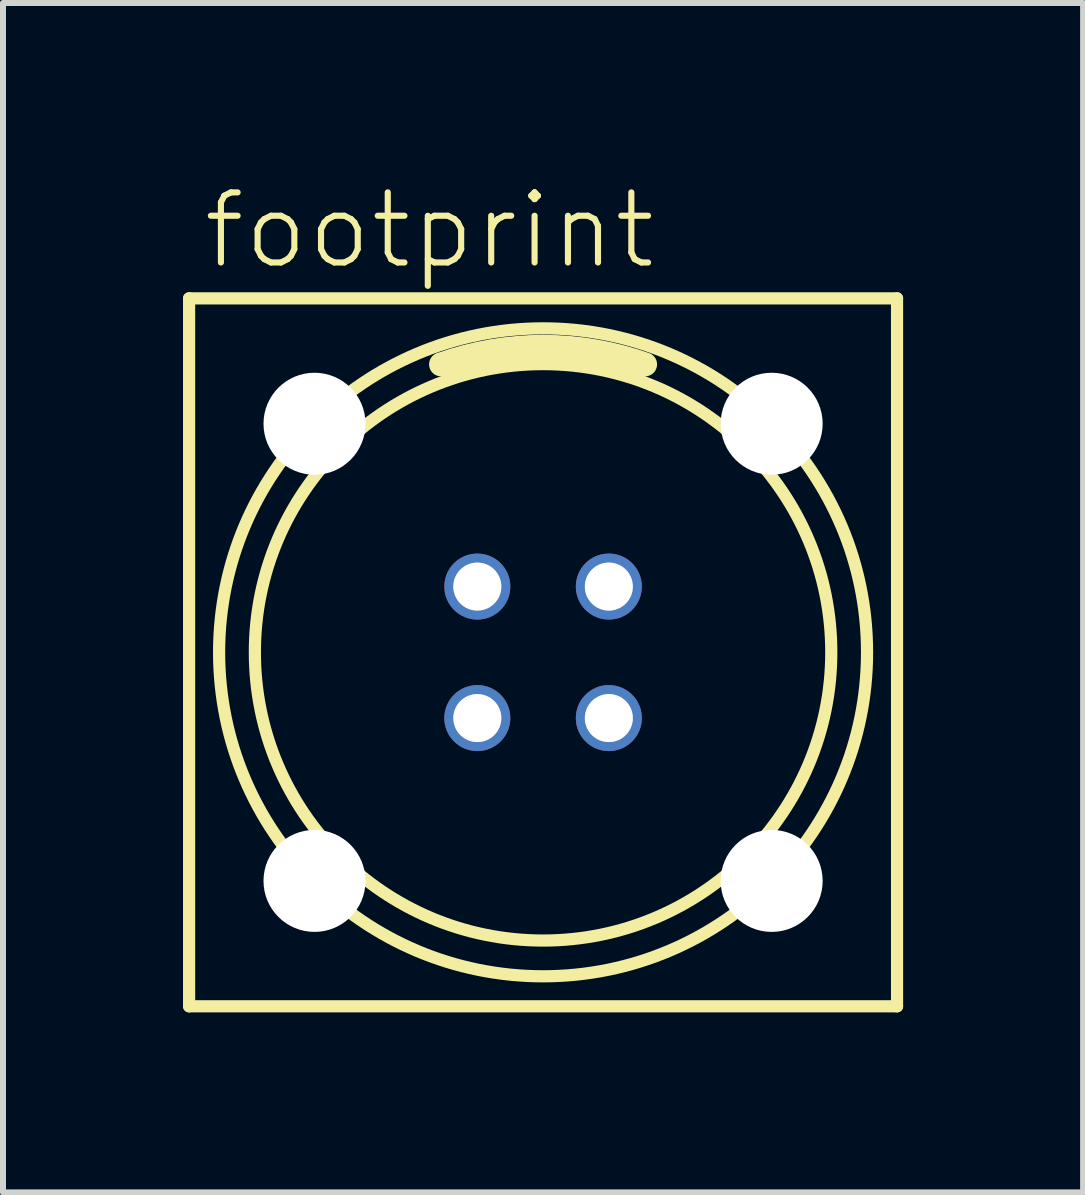
<source format=kicad_pcb>
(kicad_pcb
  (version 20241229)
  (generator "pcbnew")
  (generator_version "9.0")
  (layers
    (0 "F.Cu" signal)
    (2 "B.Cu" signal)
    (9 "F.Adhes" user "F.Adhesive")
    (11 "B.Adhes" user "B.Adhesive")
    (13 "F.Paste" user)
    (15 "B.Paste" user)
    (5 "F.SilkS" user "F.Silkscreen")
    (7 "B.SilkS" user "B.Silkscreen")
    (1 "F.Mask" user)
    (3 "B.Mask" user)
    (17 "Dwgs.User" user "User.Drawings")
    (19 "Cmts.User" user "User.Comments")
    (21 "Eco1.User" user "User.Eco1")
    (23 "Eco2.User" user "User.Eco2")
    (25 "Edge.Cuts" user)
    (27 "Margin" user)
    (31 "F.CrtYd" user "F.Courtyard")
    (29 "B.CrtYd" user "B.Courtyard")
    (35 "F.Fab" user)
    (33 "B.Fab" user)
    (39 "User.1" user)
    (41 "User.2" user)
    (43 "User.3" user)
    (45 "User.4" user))
  (footprint "footprint"
    (layer "F.Cu")
    (at 6.002 7.823)
    (property "Reference" "footprint" (at -5.715 -6.35 0) (layer "F.SilkS") (effects (font (size 1.168 1.168) (thickness 0.102)) (justify left bottom)))
    (fp_line (start -5.9 -5.9) (end 5.9 -5.9) (stroke (width 0.203) (type solid)) (layer "F.SilkS"))
    (fp_line (start -5.9 5.9) (end -5.9 -5.9) (stroke (width 0.203) (type solid)) (layer "F.SilkS"))
    (fp_line (start 5.9 -5.9) (end 5.9 5.9) (stroke (width 0.203) (type solid)) (layer "F.SilkS"))
    (fp_line (start 5.9 5.9) (end -5.9 5.9) (stroke (width 0.203) (type solid)) (layer "F.SilkS"))
    (fp_arc (start -1.7 -4.8) (mid 0 -5.092151) (end 1.7 -4.8) (stroke (width 0.4) (type solid)) (layer "F.SilkS"))
    (fp_circle (center 0 0) (end 4.804 0) (stroke (width 0.203) (type solid)) (fill no) (layer "F.SilkS"))
    (fp_circle (center 0 0) (end 5.4 0) (stroke (width 0.203) (type solid)) (fill no) (layer "F.SilkS"))
    (fp_circle (center -1.096 -1.096) (end -0.798 -1.096) (stroke (width 0.203) (type solid)) (fill no) (layer "F.Fab"))
    (fp_circle (center -1.096 1.096) (end -0.798 1.096) (stroke (width 0.203) (type solid)) (fill no) (layer "F.Fab"))
    (fp_circle (center 1.096 -1.096) (end 1.394 -1.096) (stroke (width 0.203) (type solid)) (fill no) (layer "F.Fab"))
    (fp_circle (center 1.096 1.096) (end 1.394 1.096) (stroke (width 0.203) (type solid)) (fill no) (layer "F.Fab"))
    (pad "" np_thru_hole circle (at -3.81 -3.81) (size 1.7 1.7) (drill 1.7) (layers "*.Cu" "*.Mask"))
    (pad "" np_thru_hole circle (at -3.81 3.81) (size 1.7 1.7) (drill 1.7) (layers "*.Cu" "*.Mask"))
    (pad "" np_thru_hole circle (at 3.81 -3.81) (size 1.7 1.7) (drill 1.7) (layers "*.Cu" "*.Mask"))
    (pad "" np_thru_hole circle (at 3.81 3.81) (size 1.7 1.7) (drill 1.7) (layers "*.Cu" "*.Mask"))
    (pad "1" thru_hole circle (at -1.096 -1.096 90) (size 1.1 1.1) (drill 0.8) (layers "*.Cu" "*.Mask"))
    (pad "2" thru_hole circle (at -1.096 1.096 90) (size 1.1 1.1) (drill 0.8) (layers "*.Cu" "*.Mask"))
    (pad "3" thru_hole circle (at 1.096 1.096 90) (size 1.1 1.1) (drill 0.8) (layers "*.Cu" "*.Mask"))
    (pad "4" thru_hole circle (at 1.096 -1.096 90) (size 1.1 1.1) (drill 0.8) (layers "*.Cu" "*.Mask")))
  (gr_rect
    (start -3 -3)
    (end 15.003 16.825)
    (stroke (width 0.1) (type default))
    (fill no)
    (layer "Edge.Cuts")))
</source>
